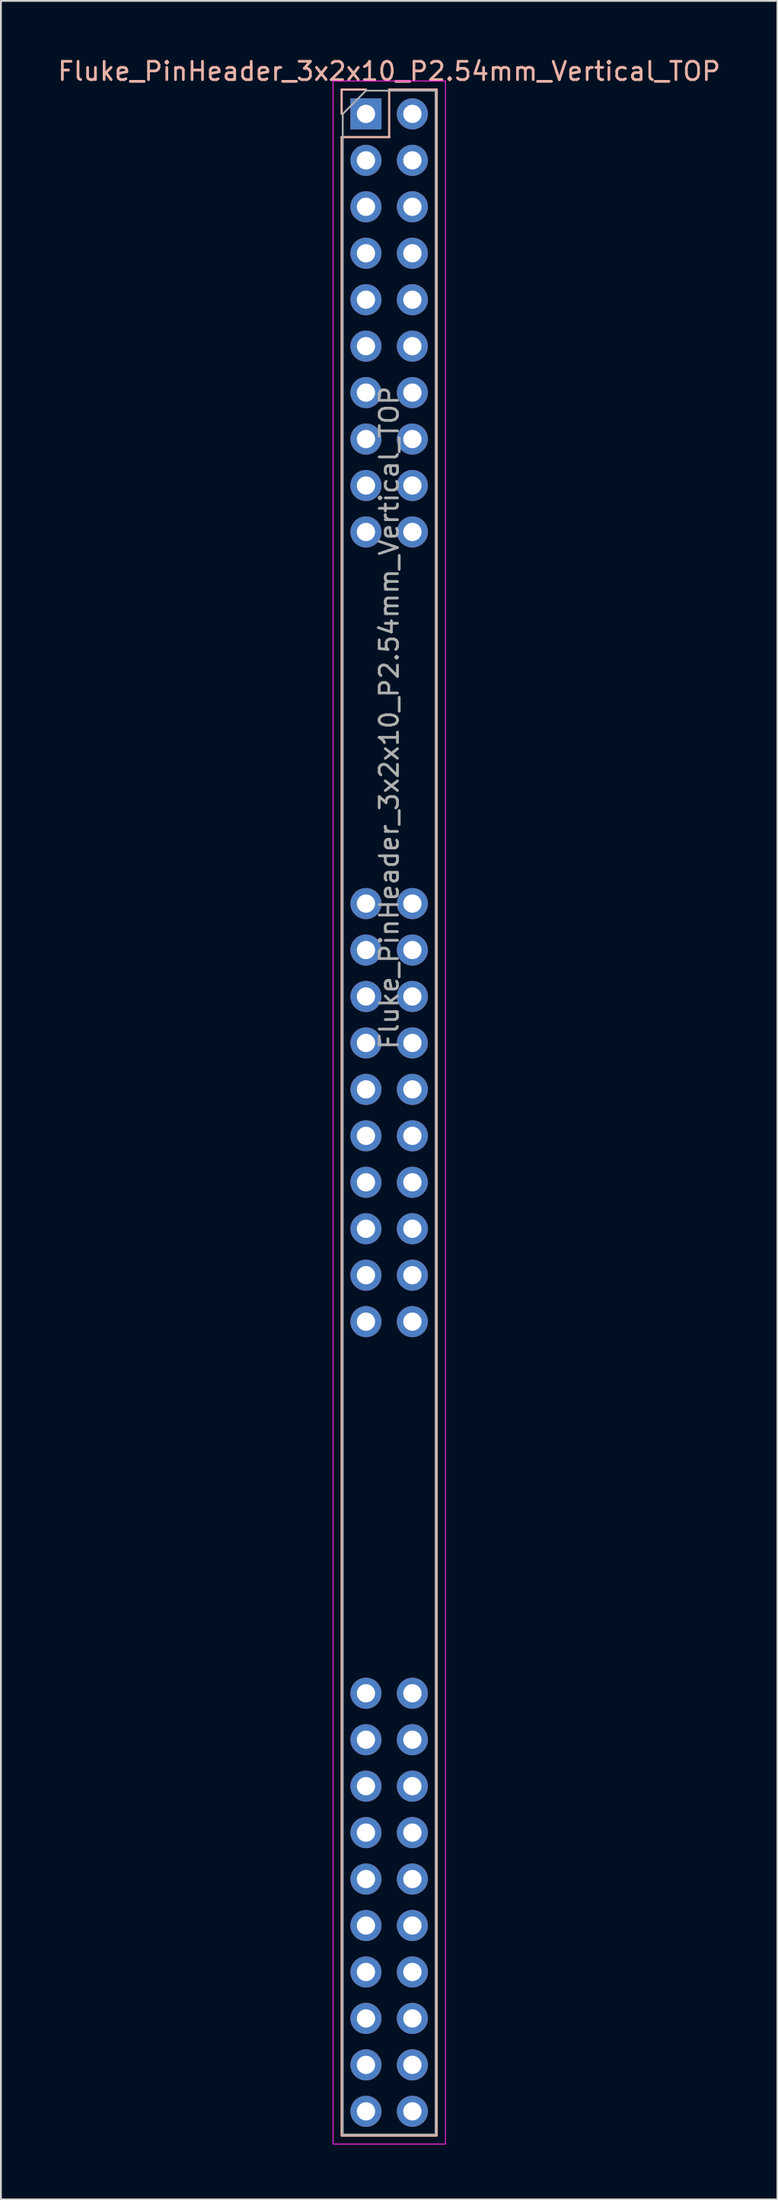
<source format=kicad_pcb>
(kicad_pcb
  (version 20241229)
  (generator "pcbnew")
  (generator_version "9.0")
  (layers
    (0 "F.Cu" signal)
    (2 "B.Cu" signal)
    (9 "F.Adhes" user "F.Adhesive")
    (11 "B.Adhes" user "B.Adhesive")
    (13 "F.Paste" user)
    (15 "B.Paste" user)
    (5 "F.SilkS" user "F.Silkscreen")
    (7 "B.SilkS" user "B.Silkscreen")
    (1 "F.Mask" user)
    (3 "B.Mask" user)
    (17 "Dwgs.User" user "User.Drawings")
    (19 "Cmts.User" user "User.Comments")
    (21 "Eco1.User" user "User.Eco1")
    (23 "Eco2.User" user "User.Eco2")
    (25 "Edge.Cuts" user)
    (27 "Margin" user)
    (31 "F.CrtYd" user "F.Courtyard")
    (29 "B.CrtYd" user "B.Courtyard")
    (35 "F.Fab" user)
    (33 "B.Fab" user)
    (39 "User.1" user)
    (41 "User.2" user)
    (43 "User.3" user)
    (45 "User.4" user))
  (footprint "Fluke_PinHeader_3x2x10_P2.54mm_Vertical_TOP"
    (layer "F.Cu")
    (at 16.974 3.178)
    (property "Reference" "Fluke_PinHeader_3x2x10_P2.54mm_Vertical_TOP" (at 1.27 -2.33 0) (layer "B.SilkS") (effects (font (size 1 1) (thickness 0.15))))
    (attr through_hole)
    (fp_line (start -1.33 -1.33) (end 0 -1.33) (stroke (width 0.12) (type solid)) (layer "B.SilkS"))
    (fp_line (start -1.33 0) (end -1.33 -1.33) (stroke (width 0.12) (type solid)) (layer "B.SilkS"))
    (fp_line (start -1.33 1.27) (end -1.33 110.49) (stroke (width 0.12) (type solid)) (layer "B.SilkS"))
    (fp_line (start -1.33 1.27) (end 1.27 1.27) (stroke (width 0.12) (type solid)) (layer "B.SilkS"))
    (fp_line (start -1.33 110.55) (end 3.87 110.55) (stroke (width 0.12) (type solid)) (layer "B.SilkS"))
    (fp_line (start 1.27 -1.33) (end 3.87 -1.33) (stroke (width 0.12) (type solid)) (layer "B.SilkS"))
    (fp_line (start 1.27 1.27) (end 1.27 -1.33) (stroke (width 0.12) (type solid)) (layer "B.SilkS"))
    (fp_line (start 3.87 -1.33) (end 3.87 110.49) (stroke (width 0.12) (type solid)) (layer "B.SilkS"))
    (fp_line (start -1.8 -1.8) (end -1.8 111.01) (stroke (width 0.05) (type solid)) (layer "F.CrtYd"))
    (fp_line (start -1.8 111.01) (end 4.35 111.01) (stroke (width 0.05) (type solid)) (layer "F.CrtYd"))
    (fp_line (start 4.35 -1.8) (end -1.8 -1.8) (stroke (width 0.05) (type solid)) (layer "F.CrtYd"))
    (fp_line (start 4.35 111.01) (end 4.35 -1.8) (stroke (width 0.05) (type solid)) (layer "F.CrtYd"))
    (fp_line (start -1.27 0) (end -1.27 110.49) (stroke (width 0.1) (type solid)) (layer "F.Fab"))
    (fp_line (start -1.27 0) (end 0 -1.27) (stroke (width 0.1) (type solid)) (layer "F.Fab"))
    (fp_line (start 0 -1.27) (end 3.81 -1.27) (stroke (width 0.1) (type solid)) (layer "F.Fab"))
    (fp_line (start 3.81 -1.27) (end 3.81 110.49) (stroke (width 0.1) (type solid)) (layer "F.Fab"))
    (fp_line (start 3.81 110.49) (end -1.27 110.49) (stroke (width 0.1) (type solid)) (layer "F.Fab"))
    (fp_text user "${REFERENCE}" (at 1.27 33.02 270) (layer "F.Fab") (effects (font (size 1 1) (thickness 0.15))))
    (pad "1" thru_hole oval (at 2.54 0) (size 1.7 1.7) (drill 1) (layers "*.Cu" "*.Mask"))
    (pad "2" thru_hole oval (at 2.54 2.54) (size 1.7 1.7) (drill 1) (layers "*.Cu" "*.Mask"))
    (pad "3" thru_hole oval (at 2.54 5.08) (size 1.7 1.7) (drill 1) (layers "*.Cu" "*.Mask"))
    (pad "4" thru_hole oval (at 2.54 7.62) (size 1.7 1.7) (drill 1) (layers "*.Cu" "*.Mask"))
    (pad "5" thru_hole oval (at 2.54 10.16) (size 1.7 1.7) (drill 1) (layers "*.Cu" "*.Mask"))
    (pad "6" thru_hole oval (at 2.54 12.7) (size 1.7 1.7) (drill 1) (layers "*.Cu" "*.Mask"))
    (pad "7" thru_hole oval (at 2.54 15.24) (size 1.7 1.7) (drill 1) (layers "*.Cu" "*.Mask"))
    (pad "8" thru_hole oval (at 2.54 17.78) (size 1.7 1.7) (drill 1) (layers "*.Cu" "*.Mask"))
    (pad "9" thru_hole oval (at 2.54 20.32) (size 1.7 1.7) (drill 1) (layers "*.Cu" "*.Mask"))
    (pad "10" thru_hole oval (at 2.54 22.86) (size 1.7 1.7) (drill 1) (layers "*.Cu" "*.Mask"))
    (pad "11" thru_hole oval (at 2.54 43.18) (size 1.7 1.7) (drill 1) (layers "*.Cu" "*.Mask"))
    (pad "12" thru_hole oval (at 2.54 45.72) (size 1.7 1.7) (drill 1) (layers "*.Cu" "*.Mask"))
    (pad "13" thru_hole oval (at 2.54 48.26) (size 1.7 1.7) (drill 1) (layers "*.Cu" "*.Mask"))
    (pad "14" thru_hole oval (at 2.54 50.8) (size 1.7 1.7) (drill 1) (layers "*.Cu" "*.Mask"))
    (pad "15" thru_hole oval (at 2.54 53.34) (size 1.7 1.7) (drill 1) (layers "*.Cu" "*.Mask"))
    (pad "16" thru_hole oval (at 2.54 55.88) (size 1.7 1.7) (drill 1) (layers "*.Cu" "*.Mask"))
    (pad "17" thru_hole oval (at 2.54 58.42) (size 1.7 1.7) (drill 1) (layers "*.Cu" "*.Mask"))
    (pad "18" thru_hole oval (at 2.54 60.96) (size 1.7 1.7) (drill 1) (layers "*.Cu" "*.Mask"))
    (pad "19" thru_hole oval (at 2.54 63.5) (size 1.7 1.7) (drill 1) (layers "*.Cu" "*.Mask"))
    (pad "20" thru_hole oval (at 2.54 66.04) (size 1.7 1.7) (drill 1) (layers "*.Cu" "*.Mask"))
    (pad "21" thru_hole oval (at 2.54 86.36) (size 1.7 1.7) (drill 1) (layers "*.Cu" "*.Mask"))
    (pad "22" thru_hole oval (at 2.54 88.9) (size 1.7 1.7) (drill 1) (layers "*.Cu" "*.Mask"))
    (pad "23" thru_hole oval (at 2.54 91.44) (size 1.7 1.7) (drill 1) (layers "*.Cu" "*.Mask"))
    (pad "24" thru_hole oval (at 2.54 93.98) (size 1.7 1.7) (drill 1) (layers "*.Cu" "*.Mask"))
    (pad "25" thru_hole oval (at 2.54 96.52) (size 1.7 1.7) (drill 1) (layers "*.Cu" "*.Mask"))
    (pad "26" thru_hole oval (at 2.54 99.06) (size 1.7 1.7) (drill 1) (layers "*.Cu" "*.Mask"))
    (pad "27" thru_hole oval (at 2.54 101.6) (size 1.7 1.7) (drill 1) (layers "*.Cu" "*.Mask"))
    (pad "28" thru_hole oval (at 2.54 104.14) (size 1.7 1.7) (drill 1) (layers "*.Cu" "*.Mask"))
    (pad "29" thru_hole oval (at 2.54 106.68) (size 1.7 1.7) (drill 1) (layers "*.Cu" "*.Mask"))
    (pad "30" thru_hole oval (at 2.54 109.22) (size 1.7 1.7) (drill 1) (layers "*.Cu" "*.Mask"))
    (pad "31" thru_hole rect (at 0 0) (size 1.7 1.7) (drill 1) (layers "*.Cu" "*.Mask"))
    (pad "32" thru_hole oval (at 0 2.54) (size 1.7 1.7) (drill 1) (layers "*.Cu" "*.Mask"))
    (pad "33" thru_hole oval (at 0 5.08) (size 1.7 1.7) (drill 1) (layers "*.Cu" "*.Mask"))
    (pad "34" thru_hole oval (at 0 7.62) (size 1.7 1.7) (drill 1) (layers "*.Cu" "*.Mask"))
    (pad "35" thru_hole oval (at 0 10.16) (size 1.7 1.7) (drill 1) (layers "*.Cu" "*.Mask"))
    (pad "36" thru_hole oval (at 0 12.7) (size 1.7 1.7) (drill 1) (layers "*.Cu" "*.Mask"))
    (pad "37" thru_hole oval (at 0 15.24) (size 1.7 1.7) (drill 1) (layers "*.Cu" "*.Mask"))
    (pad "38" thru_hole oval (at 0 17.78) (size 1.7 1.7) (drill 1) (layers "*.Cu" "*.Mask"))
    (pad "39" thru_hole oval (at 0 20.32) (size 1.7 1.7) (drill 1) (layers "*.Cu" "*.Mask"))
    (pad "40" thru_hole oval (at 0 22.86) (size 1.7 1.7) (drill 1) (layers "*.Cu" "*.Mask"))
    (pad "41" thru_hole oval (at 0 43.18) (size 1.7 1.7) (drill 1) (layers "*.Cu" "*.Mask"))
    (pad "42" thru_hole oval (at 0 45.72) (size 1.7 1.7) (drill 1) (layers "*.Cu" "*.Mask"))
    (pad "43" thru_hole oval (at 0 48.26) (size 1.7 1.7) (drill 1) (layers "*.Cu" "*.Mask"))
    (pad "44" thru_hole oval (at 0 50.8) (size 1.7 1.7) (drill 1) (layers "*.Cu" "*.Mask"))
    (pad "45" thru_hole oval (at 0 53.34) (size 1.7 1.7) (drill 1) (layers "*.Cu" "*.Mask"))
    (pad "46" thru_hole oval (at 0 55.88) (size 1.7 1.7) (drill 1) (layers "*.Cu" "*.Mask"))
    (pad "47" thru_hole oval (at 0 58.42) (size 1.7 1.7) (drill 1) (layers "*.Cu" "*.Mask"))
    (pad "48" thru_hole oval (at 0 60.96) (size 1.7 1.7) (drill 1) (layers "*.Cu" "*.Mask"))
    (pad "49" thru_hole oval (at 0 63.5) (size 1.7 1.7) (drill 1) (layers "*.Cu" "*.Mask"))
    (pad "50" thru_hole oval (at 0 66.04) (size 1.7 1.7) (drill 1) (layers "*.Cu" "*.Mask"))
    (pad "51" thru_hole oval (at 0 86.36) (size 1.7 1.7) (drill 1) (layers "*.Cu" "*.Mask"))
    (pad "52" thru_hole oval (at 0 88.9) (size 1.7 1.7) (drill 1) (layers "*.Cu" "*.Mask"))
    (pad "53" thru_hole oval (at 0 91.44) (size 1.7 1.7) (drill 1) (layers "*.Cu" "*.Mask"))
    (pad "54" thru_hole oval (at 0 93.98) (size 1.7 1.7) (drill 1) (layers "*.Cu" "*.Mask"))
    (pad "55" thru_hole oval (at 0 96.52) (size 1.7 1.7) (drill 1) (layers "*.Cu" "*.Mask"))
    (pad "56" thru_hole oval (at 0 99.06) (size 1.7 1.7) (drill 1) (layers "*.Cu" "*.Mask"))
    (pad "57" thru_hole oval (at 0 101.6) (size 1.7 1.7) (drill 1) (layers "*.Cu" "*.Mask"))
    (pad "58" thru_hole oval (at 0 104.14) (size 1.7 1.7) (drill 1) (layers "*.Cu" "*.Mask"))
    (pad "59" thru_hole oval (at 0 106.68) (size 1.7 1.7) (drill 1) (layers "*.Cu" "*.Mask"))
    (pad "60" thru_hole oval (at 0 109.22) (size 1.7 1.7) (drill 1) (layers "*.Cu" "*.Mask")))
  (gr_rect
    (start -3 -3)
    (end 39.488 117.213)
    (stroke (width 0.1) (type default))
    (fill no)
    (layer "Edge.Cuts")))
</source>
